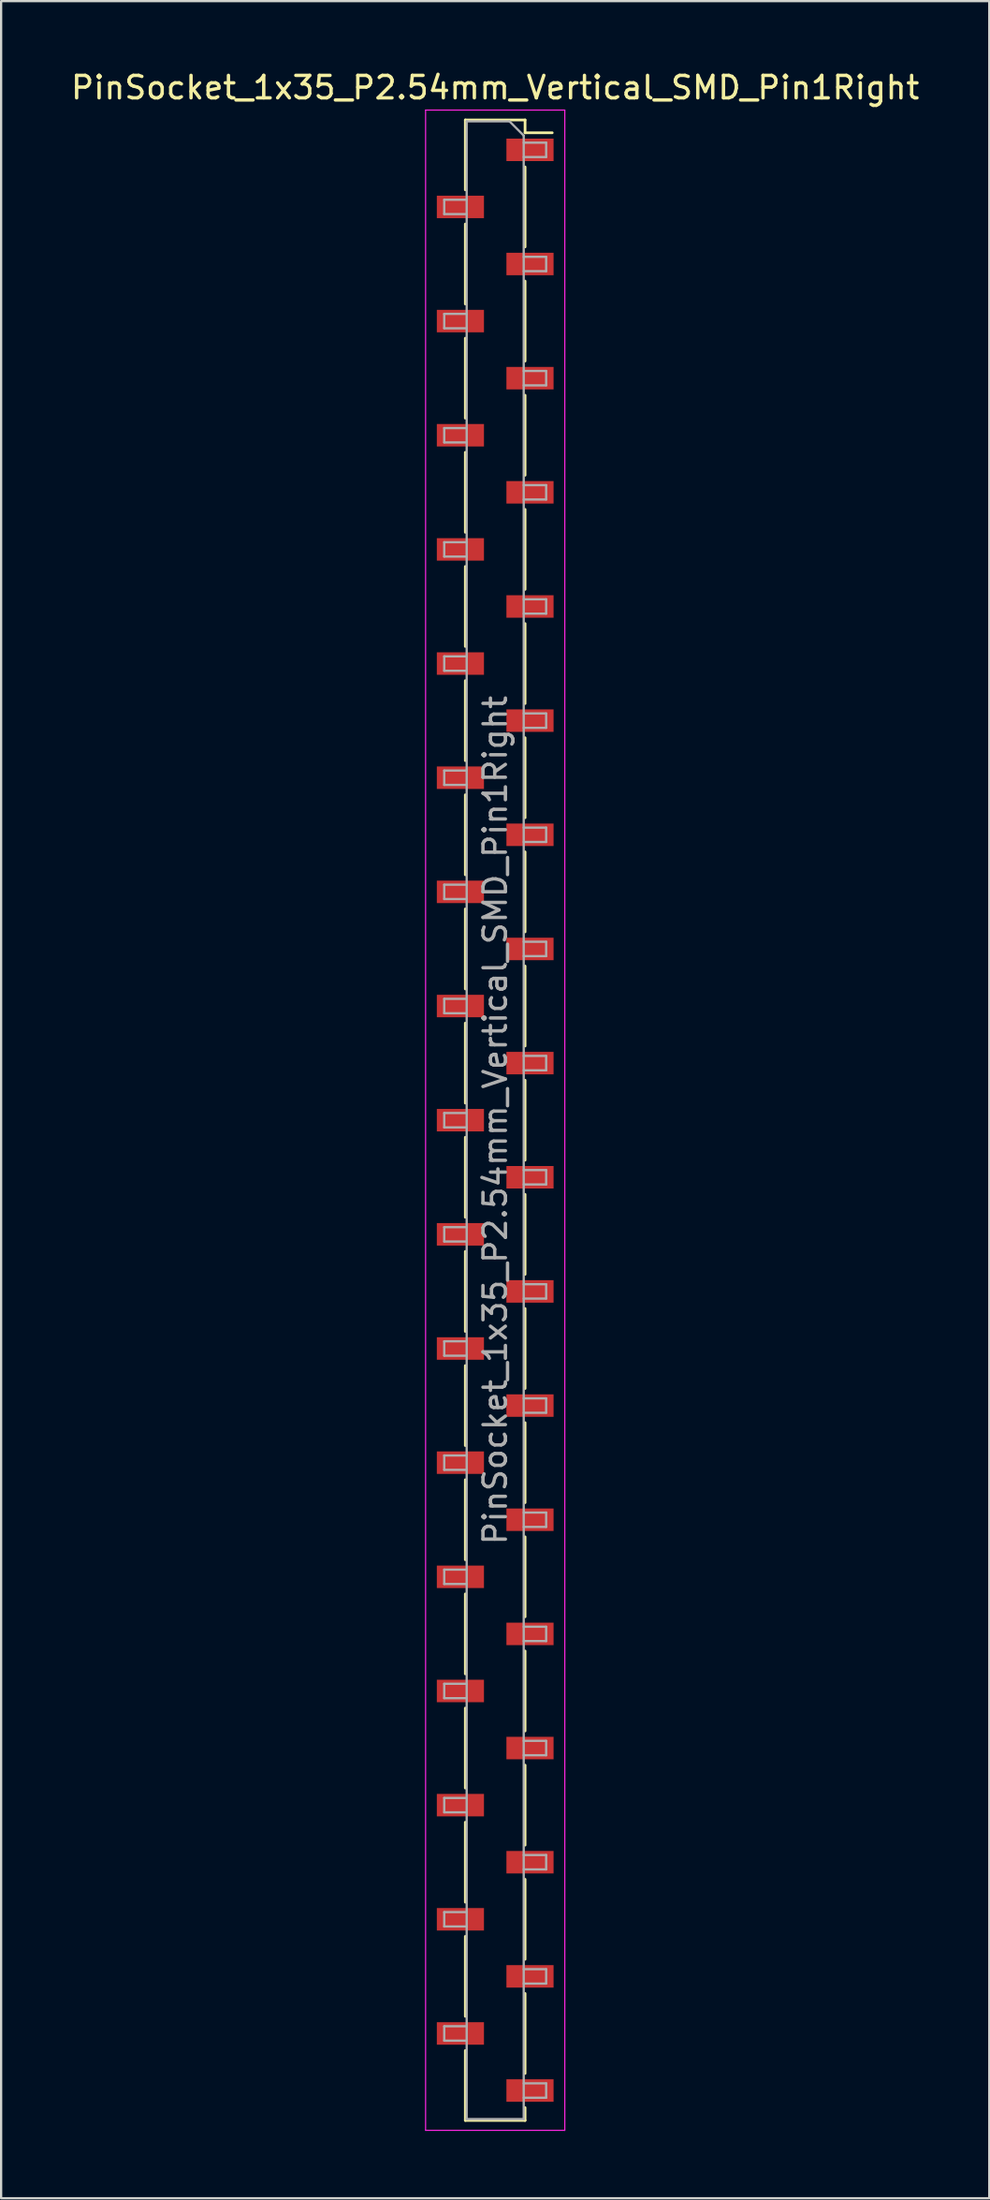
<source format=kicad_pcb>
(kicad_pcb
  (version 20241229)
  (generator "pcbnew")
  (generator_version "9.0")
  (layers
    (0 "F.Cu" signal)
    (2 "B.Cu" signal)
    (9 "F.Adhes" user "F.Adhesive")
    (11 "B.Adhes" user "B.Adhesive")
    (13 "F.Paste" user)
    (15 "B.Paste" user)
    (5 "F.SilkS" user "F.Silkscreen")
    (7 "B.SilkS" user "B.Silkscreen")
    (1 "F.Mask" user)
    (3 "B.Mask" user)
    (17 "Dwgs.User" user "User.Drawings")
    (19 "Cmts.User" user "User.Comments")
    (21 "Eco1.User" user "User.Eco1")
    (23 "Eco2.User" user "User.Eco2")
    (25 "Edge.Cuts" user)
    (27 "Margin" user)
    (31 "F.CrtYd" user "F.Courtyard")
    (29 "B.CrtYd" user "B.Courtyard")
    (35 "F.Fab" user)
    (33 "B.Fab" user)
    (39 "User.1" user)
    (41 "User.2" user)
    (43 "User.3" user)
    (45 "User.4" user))
  (footprint "PinSocket_1x35_P2.54mm_Vertical_SMD_Pin1Right"
    (layer "F.Cu")
    (at 19.006 46.798)
    (property "Reference" "PinSocket_1x35_P2.54mm_Vertical_SMD_Pin1Right" (at 0 -45.95 0) (layer "F.SilkS") (effects (font (size 1 1) (thickness 0.15))))
    (attr smd)
    (fp_line (start -1.33 -44.51) (end -1.33 -41.4) (stroke (width 0.12) (type solid)) (layer "F.SilkS"))
    (fp_line (start -1.33 -44.51) (end 1.33 -44.51) (stroke (width 0.12) (type solid)) (layer "F.SilkS"))
    (fp_line (start -1.33 -39.88) (end -1.33 -36.32) (stroke (width 0.12) (type solid)) (layer "F.SilkS"))
    (fp_line (start -1.33 -34.8) (end -1.33 -31.24) (stroke (width 0.12) (type solid)) (layer "F.SilkS"))
    (fp_line (start -1.33 -29.72) (end -1.33 -26.16) (stroke (width 0.12) (type solid)) (layer "F.SilkS"))
    (fp_line (start -1.33 -24.64) (end -1.33 -21.08) (stroke (width 0.12) (type solid)) (layer "F.SilkS"))
    (fp_line (start -1.33 -19.56) (end -1.33 -16) (stroke (width 0.12) (type solid)) (layer "F.SilkS"))
    (fp_line (start -1.33 -14.48) (end -1.33 -10.92) (stroke (width 0.12) (type solid)) (layer "F.SilkS"))
    (fp_line (start -1.33 -9.4) (end -1.33 -5.84) (stroke (width 0.12) (type solid)) (layer "F.SilkS"))
    (fp_line (start -1.33 -4.32) (end -1.33 -0.76) (stroke (width 0.12) (type solid)) (layer "F.SilkS"))
    (fp_line (start -1.33 0.76) (end -1.33 4.32) (stroke (width 0.12) (type solid)) (layer "F.SilkS"))
    (fp_line (start -1.33 5.84) (end -1.33 9.4) (stroke (width 0.12) (type solid)) (layer "F.SilkS"))
    (fp_line (start -1.33 10.92) (end -1.33 14.48) (stroke (width 0.12) (type solid)) (layer "F.SilkS"))
    (fp_line (start -1.33 16) (end -1.33 19.56) (stroke (width 0.12) (type solid)) (layer "F.SilkS"))
    (fp_line (start -1.33 21.08) (end -1.33 24.64) (stroke (width 0.12) (type solid)) (layer "F.SilkS"))
    (fp_line (start -1.33 26.16) (end -1.33 29.72) (stroke (width 0.12) (type solid)) (layer "F.SilkS"))
    (fp_line (start -1.33 31.24) (end -1.33 34.8) (stroke (width 0.12) (type solid)) (layer "F.SilkS"))
    (fp_line (start -1.33 36.32) (end -1.33 39.88) (stroke (width 0.12) (type solid)) (layer "F.SilkS"))
    (fp_line (start -1.33 41.4) (end -1.33 44.51) (stroke (width 0.12) (type solid)) (layer "F.SilkS"))
    (fp_line (start -1.33 44.51) (end 1.33 44.51) (stroke (width 0.12) (type solid)) (layer "F.SilkS"))
    (fp_line (start 1.33 -44.51) (end 1.33 -43.94) (stroke (width 0.12) (type solid)) (layer "F.SilkS"))
    (fp_line (start 1.33 -43.94) (end 2.54 -43.94) (stroke (width 0.12) (type solid)) (layer "F.SilkS"))
    (fp_line (start 1.33 -42.42) (end 1.33 -38.86) (stroke (width 0.12) (type solid)) (layer "F.SilkS"))
    (fp_line (start 1.33 -37.34) (end 1.33 -33.78) (stroke (width 0.12) (type solid)) (layer "F.SilkS"))
    (fp_line (start 1.33 -32.26) (end 1.33 -28.7) (stroke (width 0.12) (type solid)) (layer "F.SilkS"))
    (fp_line (start 1.33 -27.18) (end 1.33 -23.62) (stroke (width 0.12) (type solid)) (layer "F.SilkS"))
    (fp_line (start 1.33 -22.1) (end 1.33 -18.54) (stroke (width 0.12) (type solid)) (layer "F.SilkS"))
    (fp_line (start 1.33 -17.02) (end 1.33 -13.46) (stroke (width 0.12) (type solid)) (layer "F.SilkS"))
    (fp_line (start 1.33 -11.94) (end 1.33 -8.38) (stroke (width 0.12) (type solid)) (layer "F.SilkS"))
    (fp_line (start 1.33 -6.86) (end 1.33 -3.3) (stroke (width 0.12) (type solid)) (layer "F.SilkS"))
    (fp_line (start 1.33 -1.78) (end 1.33 1.78) (stroke (width 0.12) (type solid)) (layer "F.SilkS"))
    (fp_line (start 1.33 3.3) (end 1.33 6.86) (stroke (width 0.12) (type solid)) (layer "F.SilkS"))
    (fp_line (start 1.33 8.38) (end 1.33 11.94) (stroke (width 0.12) (type solid)) (layer "F.SilkS"))
    (fp_line (start 1.33 13.46) (end 1.33 17.02) (stroke (width 0.12) (type solid)) (layer "F.SilkS"))
    (fp_line (start 1.33 18.54) (end 1.33 22.1) (stroke (width 0.12) (type solid)) (layer "F.SilkS"))
    (fp_line (start 1.33 23.62) (end 1.33 27.18) (stroke (width 0.12) (type solid)) (layer "F.SilkS"))
    (fp_line (start 1.33 28.7) (end 1.33 32.26) (stroke (width 0.12) (type solid)) (layer "F.SilkS"))
    (fp_line (start 1.33 33.78) (end 1.33 37.34) (stroke (width 0.12) (type solid)) (layer "F.SilkS"))
    (fp_line (start 1.33 38.86) (end 1.33 42.42) (stroke (width 0.12) (type solid)) (layer "F.SilkS"))
    (fp_line (start 1.33 43.94) (end 1.33 44.51) (stroke (width 0.12) (type solid)) (layer "F.SilkS"))
    (fp_line (start -3.1 -44.95) (end 3.1 -44.95) (stroke (width 0.05) (type solid)) (layer "F.CrtYd"))
    (fp_line (start -3.1 44.95) (end -3.1 -44.95) (stroke (width 0.05) (type solid)) (layer "F.CrtYd"))
    (fp_line (start 3.1 -44.95) (end 3.1 44.95) (stroke (width 0.05) (type solid)) (layer "F.CrtYd"))
    (fp_line (start 3.1 44.95) (end -3.1 44.95) (stroke (width 0.05) (type solid)) (layer "F.CrtYd"))
    (fp_line (start -2.27 -40.96) (end -1.27 -40.96) (stroke (width 0.1) (type solid)) (layer "F.Fab"))
    (fp_line (start -2.27 -40.32) (end -2.27 -40.96) (stroke (width 0.1) (type solid)) (layer "F.Fab"))
    (fp_line (start -2.27 -35.88) (end -1.27 -35.88) (stroke (width 0.1) (type solid)) (layer "F.Fab"))
    (fp_line (start -2.27 -35.24) (end -2.27 -35.88) (stroke (width 0.1) (type solid)) (layer "F.Fab"))
    (fp_line (start -2.27 -30.8) (end -1.27 -30.8) (stroke (width 0.1) (type solid)) (layer "F.Fab"))
    (fp_line (start -2.27 -30.16) (end -2.27 -30.8) (stroke (width 0.1) (type solid)) (layer "F.Fab"))
    (fp_line (start -2.27 -25.72) (end -1.27 -25.72) (stroke (width 0.1) (type solid)) (layer "F.Fab"))
    (fp_line (start -2.27 -25.08) (end -2.27 -25.72) (stroke (width 0.1) (type solid)) (layer "F.Fab"))
    (fp_line (start -2.27 -20.64) (end -1.27 -20.64) (stroke (width 0.1) (type solid)) (layer "F.Fab"))
    (fp_line (start -2.27 -20) (end -2.27 -20.64) (stroke (width 0.1) (type solid)) (layer "F.Fab"))
    (fp_line (start -2.27 -15.56) (end -1.27 -15.56) (stroke (width 0.1) (type solid)) (layer "F.Fab"))
    (fp_line (start -2.27 -14.92) (end -2.27 -15.56) (stroke (width 0.1) (type solid)) (layer "F.Fab"))
    (fp_line (start -2.27 -10.48) (end -1.27 -10.48) (stroke (width 0.1) (type solid)) (layer "F.Fab"))
    (fp_line (start -2.27 -9.84) (end -2.27 -10.48) (stroke (width 0.1) (type solid)) (layer "F.Fab"))
    (fp_line (start -2.27 -5.4) (end -1.27 -5.4) (stroke (width 0.1) (type solid)) (layer "F.Fab"))
    (fp_line (start -2.27 -4.76) (end -2.27 -5.4) (stroke (width 0.1) (type solid)) (layer "F.Fab"))
    (fp_line (start -2.27 -0.32) (end -1.27 -0.32) (stroke (width 0.1) (type solid)) (layer "F.Fab"))
    (fp_line (start -2.27 0.32) (end -2.27 -0.32) (stroke (width 0.1) (type solid)) (layer "F.Fab"))
    (fp_line (start -2.27 4.76) (end -1.27 4.76) (stroke (width 0.1) (type solid)) (layer "F.Fab"))
    (fp_line (start -2.27 5.4) (end -2.27 4.76) (stroke (width 0.1) (type solid)) (layer "F.Fab"))
    (fp_line (start -2.27 9.84) (end -1.27 9.84) (stroke (width 0.1) (type solid)) (layer "F.Fab"))
    (fp_line (start -2.27 10.48) (end -2.27 9.84) (stroke (width 0.1) (type solid)) (layer "F.Fab"))
    (fp_line (start -2.27 14.92) (end -1.27 14.92) (stroke (width 0.1) (type solid)) (layer "F.Fab"))
    (fp_line (start -2.27 15.56) (end -2.27 14.92) (stroke (width 0.1) (type solid)) (layer "F.Fab"))
    (fp_line (start -2.27 20) (end -1.27 20) (stroke (width 0.1) (type solid)) (layer "F.Fab"))
    (fp_line (start -2.27 20.64) (end -2.27 20) (stroke (width 0.1) (type solid)) (layer "F.Fab"))
    (fp_line (start -2.27 25.08) (end -1.27 25.08) (stroke (width 0.1) (type solid)) (layer "F.Fab"))
    (fp_line (start -2.27 25.72) (end -2.27 25.08) (stroke (width 0.1) (type solid)) (layer "F.Fab"))
    (fp_line (start -2.27 30.16) (end -1.27 30.16) (stroke (width 0.1) (type solid)) (layer "F.Fab"))
    (fp_line (start -2.27 30.8) (end -2.27 30.16) (stroke (width 0.1) (type solid)) (layer "F.Fab"))
    (fp_line (start -2.27 35.24) (end -1.27 35.24) (stroke (width 0.1) (type solid)) (layer "F.Fab"))
    (fp_line (start -2.27 35.88) (end -2.27 35.24) (stroke (width 0.1) (type solid)) (layer "F.Fab"))
    (fp_line (start -2.27 40.32) (end -1.27 40.32) (stroke (width 0.1) (type solid)) (layer "F.Fab"))
    (fp_line (start -2.27 40.96) (end -2.27 40.32) (stroke (width 0.1) (type solid)) (layer "F.Fab"))
    (fp_line (start -1.27 -44.45) (end 0.635 -44.45) (stroke (width 0.1) (type solid)) (layer "F.Fab"))
    (fp_line (start -1.27 -40.32) (end -2.27 -40.32) (stroke (width 0.1) (type solid)) (layer "F.Fab"))
    (fp_line (start -1.27 -35.24) (end -2.27 -35.24) (stroke (width 0.1) (type solid)) (layer "F.Fab"))
    (fp_line (start -1.27 -30.16) (end -2.27 -30.16) (stroke (width 0.1) (type solid)) (layer "F.Fab"))
    (fp_line (start -1.27 -25.08) (end -2.27 -25.08) (stroke (width 0.1) (type solid)) (layer "F.Fab"))
    (fp_line (start -1.27 -20) (end -2.27 -20) (stroke (width 0.1) (type solid)) (layer "F.Fab"))
    (fp_line (start -1.27 -14.92) (end -2.27 -14.92) (stroke (width 0.1) (type solid)) (layer "F.Fab"))
    (fp_line (start -1.27 -9.84) (end -2.27 -9.84) (stroke (width 0.1) (type solid)) (layer "F.Fab"))
    (fp_line (start -1.27 -4.76) (end -2.27 -4.76) (stroke (width 0.1) (type solid)) (layer "F.Fab"))
    (fp_line (start -1.27 0.32) (end -2.27 0.32) (stroke (width 0.1) (type solid)) (layer "F.Fab"))
    (fp_line (start -1.27 5.4) (end -2.27 5.4) (stroke (width 0.1) (type solid)) (layer "F.Fab"))
    (fp_line (start -1.27 10.48) (end -2.27 10.48) (stroke (width 0.1) (type solid)) (layer "F.Fab"))
    (fp_line (start -1.27 15.56) (end -2.27 15.56) (stroke (width 0.1) (type solid)) (layer "F.Fab"))
    (fp_line (start -1.27 20.64) (end -2.27 20.64) (stroke (width 0.1) (type solid)) (layer "F.Fab"))
    (fp_line (start -1.27 25.72) (end -2.27 25.72) (stroke (width 0.1) (type solid)) (layer "F.Fab"))
    (fp_line (start -1.27 30.8) (end -2.27 30.8) (stroke (width 0.1) (type solid)) (layer "F.Fab"))
    (fp_line (start -1.27 35.88) (end -2.27 35.88) (stroke (width 0.1) (type solid)) (layer "F.Fab"))
    (fp_line (start -1.27 40.96) (end -2.27 40.96) (stroke (width 0.1) (type solid)) (layer "F.Fab"))
    (fp_line (start -1.27 44.45) (end -1.27 -44.45) (stroke (width 0.1) (type solid)) (layer "F.Fab"))
    (fp_line (start 0.635 -44.45) (end 1.27 -43.815) (stroke (width 0.1) (type solid)) (layer "F.Fab"))
    (fp_line (start 1.27 -43.815) (end 1.27 44.45) (stroke (width 0.1) (type solid)) (layer "F.Fab"))
    (fp_line (start 1.27 -43.5) (end 2.27 -43.5) (stroke (width 0.1) (type solid)) (layer "F.Fab"))
    (fp_line (start 1.27 -38.42) (end 2.27 -38.42) (stroke (width 0.1) (type solid)) (layer "F.Fab"))
    (fp_line (start 1.27 -33.34) (end 2.27 -33.34) (stroke (width 0.1) (type solid)) (layer "F.Fab"))
    (fp_line (start 1.27 -28.26) (end 2.27 -28.26) (stroke (width 0.1) (type solid)) (layer "F.Fab"))
    (fp_line (start 1.27 -23.18) (end 2.27 -23.18) (stroke (width 0.1) (type solid)) (layer "F.Fab"))
    (fp_line (start 1.27 -18.1) (end 2.27 -18.1) (stroke (width 0.1) (type solid)) (layer "F.Fab"))
    (fp_line (start 1.27 -13.02) (end 2.27 -13.02) (stroke (width 0.1) (type solid)) (layer "F.Fab"))
    (fp_line (start 1.27 -7.94) (end 2.27 -7.94) (stroke (width 0.1) (type solid)) (layer "F.Fab"))
    (fp_line (start 1.27 -2.86) (end 2.27 -2.86) (stroke (width 0.1) (type solid)) (layer "F.Fab"))
    (fp_line (start 1.27 2.22) (end 2.27 2.22) (stroke (width 0.1) (type solid)) (layer "F.Fab"))
    (fp_line (start 1.27 7.3) (end 2.27 7.3) (stroke (width 0.1) (type solid)) (layer "F.Fab"))
    (fp_line (start 1.27 12.38) (end 2.27 12.38) (stroke (width 0.1) (type solid)) (layer "F.Fab"))
    (fp_line (start 1.27 17.46) (end 2.27 17.46) (stroke (width 0.1) (type solid)) (layer "F.Fab"))
    (fp_line (start 1.27 22.54) (end 2.27 22.54) (stroke (width 0.1) (type solid)) (layer "F.Fab"))
    (fp_line (start 1.27 27.62) (end 2.27 27.62) (stroke (width 0.1) (type solid)) (layer "F.Fab"))
    (fp_line (start 1.27 32.7) (end 2.27 32.7) (stroke (width 0.1) (type solid)) (layer "F.Fab"))
    (fp_line (start 1.27 37.78) (end 2.27 37.78) (stroke (width 0.1) (type solid)) (layer "F.Fab"))
    (fp_line (start 1.27 42.86) (end 2.27 42.86) (stroke (width 0.1) (type solid)) (layer "F.Fab"))
    (fp_line (start 1.27 44.45) (end -1.27 44.45) (stroke (width 0.1) (type solid)) (layer "F.Fab"))
    (fp_line (start 2.27 -43.5) (end 2.27 -42.86) (stroke (width 0.1) (type solid)) (layer "F.Fab"))
    (fp_line (start 2.27 -42.86) (end 1.27 -42.86) (stroke (width 0.1) (type solid)) (layer "F.Fab"))
    (fp_line (start 2.27 -38.42) (end 2.27 -37.78) (stroke (width 0.1) (type solid)) (layer "F.Fab"))
    (fp_line (start 2.27 -37.78) (end 1.27 -37.78) (stroke (width 0.1) (type solid)) (layer "F.Fab"))
    (fp_line (start 2.27 -33.34) (end 2.27 -32.7) (stroke (width 0.1) (type solid)) (layer "F.Fab"))
    (fp_line (start 2.27 -32.7) (end 1.27 -32.7) (stroke (width 0.1) (type solid)) (layer "F.Fab"))
    (fp_line (start 2.27 -28.26) (end 2.27 -27.62) (stroke (width 0.1) (type solid)) (layer "F.Fab"))
    (fp_line (start 2.27 -27.62) (end 1.27 -27.62) (stroke (width 0.1) (type solid)) (layer "F.Fab"))
    (fp_line (start 2.27 -23.18) (end 2.27 -22.54) (stroke (width 0.1) (type solid)) (layer "F.Fab"))
    (fp_line (start 2.27 -22.54) (end 1.27 -22.54) (stroke (width 0.1) (type solid)) (layer "F.Fab"))
    (fp_line (start 2.27 -18.1) (end 2.27 -17.46) (stroke (width 0.1) (type solid)) (layer "F.Fab"))
    (fp_line (start 2.27 -17.46) (end 1.27 -17.46) (stroke (width 0.1) (type solid)) (layer "F.Fab"))
    (fp_line (start 2.27 -13.02) (end 2.27 -12.38) (stroke (width 0.1) (type solid)) (layer "F.Fab"))
    (fp_line (start 2.27 -12.38) (end 1.27 -12.38) (stroke (width 0.1) (type solid)) (layer "F.Fab"))
    (fp_line (start 2.27 -7.94) (end 2.27 -7.3) (stroke (width 0.1) (type solid)) (layer "F.Fab"))
    (fp_line (start 2.27 -7.3) (end 1.27 -7.3) (stroke (width 0.1) (type solid)) (layer "F.Fab"))
    (fp_line (start 2.27 -2.86) (end 2.27 -2.22) (stroke (width 0.1) (type solid)) (layer "F.Fab"))
    (fp_line (start 2.27 -2.22) (end 1.27 -2.22) (stroke (width 0.1) (type solid)) (layer "F.Fab"))
    (fp_line (start 2.27 2.22) (end 2.27 2.86) (stroke (width 0.1) (type solid)) (layer "F.Fab"))
    (fp_line (start 2.27 2.86) (end 1.27 2.86) (stroke (width 0.1) (type solid)) (layer "F.Fab"))
    (fp_line (start 2.27 7.3) (end 2.27 7.94) (stroke (width 0.1) (type solid)) (layer "F.Fab"))
    (fp_line (start 2.27 7.94) (end 1.27 7.94) (stroke (width 0.1) (type solid)) (layer "F.Fab"))
    (fp_line (start 2.27 12.38) (end 2.27 13.02) (stroke (width 0.1) (type solid)) (layer "F.Fab"))
    (fp_line (start 2.27 13.02) (end 1.27 13.02) (stroke (width 0.1) (type solid)) (layer "F.Fab"))
    (fp_line (start 2.27 17.46) (end 2.27 18.1) (stroke (width 0.1) (type solid)) (layer "F.Fab"))
    (fp_line (start 2.27 18.1) (end 1.27 18.1) (stroke (width 0.1) (type solid)) (layer "F.Fab"))
    (fp_line (start 2.27 22.54) (end 2.27 23.18) (stroke (width 0.1) (type solid)) (layer "F.Fab"))
    (fp_line (start 2.27 23.18) (end 1.27 23.18) (stroke (width 0.1) (type solid)) (layer "F.Fab"))
    (fp_line (start 2.27 27.62) (end 2.27 28.26) (stroke (width 0.1) (type solid)) (layer "F.Fab"))
    (fp_line (start 2.27 28.26) (end 1.27 28.26) (stroke (width 0.1) (type solid)) (layer "F.Fab"))
    (fp_line (start 2.27 32.7) (end 2.27 33.34) (stroke (width 0.1) (type solid)) (layer "F.Fab"))
    (fp_line (start 2.27 33.34) (end 1.27 33.34) (stroke (width 0.1) (type solid)) (layer "F.Fab"))
    (fp_line (start 2.27 37.78) (end 2.27 38.42) (stroke (width 0.1) (type solid)) (layer "F.Fab"))
    (fp_line (start 2.27 38.42) (end 1.27 38.42) (stroke (width 0.1) (type solid)) (layer "F.Fab"))
    (fp_line (start 2.27 42.86) (end 2.27 43.5) (stroke (width 0.1) (type solid)) (layer "F.Fab"))
    (fp_line (start 2.27 43.5) (end 1.27 43.5) (stroke (width 0.1) (type solid)) (layer "F.Fab"))
    (fp_text user "${REFERENCE}" (at 0 0 90) (layer "F.Fab") (effects (font (size 1 1) (thickness 0.15))))
    (pad "1" smd rect (at 1.55 -43.18) (size 2.1 1) (layers "F.Cu" "F.Mask" "F.Paste"))
    (pad "2" smd rect (at -1.55 -40.64) (size 2.1 1) (layers "F.Cu" "F.Mask" "F.Paste"))
    (pad "3" smd rect (at 1.55 -38.1) (size 2.1 1) (layers "F.Cu" "F.Mask" "F.Paste"))
    (pad "4" smd rect (at -1.55 -35.56) (size 2.1 1) (layers "F.Cu" "F.Mask" "F.Paste"))
    (pad "5" smd rect (at 1.55 -33.02) (size 2.1 1) (layers "F.Cu" "F.Mask" "F.Paste"))
    (pad "6" smd rect (at -1.55 -30.48) (size 2.1 1) (layers "F.Cu" "F.Mask" "F.Paste"))
    (pad "7" smd rect (at 1.55 -27.94) (size 2.1 1) (layers "F.Cu" "F.Mask" "F.Paste"))
    (pad "8" smd rect (at -1.55 -25.4) (size 2.1 1) (layers "F.Cu" "F.Mask" "F.Paste"))
    (pad "9" smd rect (at 1.55 -22.86) (size 2.1 1) (layers "F.Cu" "F.Mask" "F.Paste"))
    (pad "10" smd rect (at -1.55 -20.32) (size 2.1 1) (layers "F.Cu" "F.Mask" "F.Paste"))
    (pad "11" smd rect (at 1.55 -17.78) (size 2.1 1) (layers "F.Cu" "F.Mask" "F.Paste"))
    (pad "12" smd rect (at -1.55 -15.24) (size 2.1 1) (layers "F.Cu" "F.Mask" "F.Paste"))
    (pad "13" smd rect (at 1.55 -12.7) (size 2.1 1) (layers "F.Cu" "F.Mask" "F.Paste"))
    (pad "14" smd rect (at -1.55 -10.16) (size 2.1 1) (layers "F.Cu" "F.Mask" "F.Paste"))
    (pad "15" smd rect (at 1.55 -7.62) (size 2.1 1) (layers "F.Cu" "F.Mask" "F.Paste"))
    (pad "16" smd rect (at -1.55 -5.08) (size 2.1 1) (layers "F.Cu" "F.Mask" "F.Paste"))
    (pad "17" smd rect (at 1.55 -2.54) (size 2.1 1) (layers "F.Cu" "F.Mask" "F.Paste"))
    (pad "18" smd rect (at -1.55 0) (size 2.1 1) (layers "F.Cu" "F.Mask" "F.Paste"))
    (pad "19" smd rect (at 1.55 2.54) (size 2.1 1) (layers "F.Cu" "F.Mask" "F.Paste"))
    (pad "20" smd rect (at -1.55 5.08) (size 2.1 1) (layers "F.Cu" "F.Mask" "F.Paste"))
    (pad "21" smd rect (at 1.55 7.62) (size 2.1 1) (layers "F.Cu" "F.Mask" "F.Paste"))
    (pad "22" smd rect (at -1.55 10.16) (size 2.1 1) (layers "F.Cu" "F.Mask" "F.Paste"))
    (pad "23" smd rect (at 1.55 12.7) (size 2.1 1) (layers "F.Cu" "F.Mask" "F.Paste"))
    (pad "24" smd rect (at -1.55 15.24) (size 2.1 1) (layers "F.Cu" "F.Mask" "F.Paste"))
    (pad "25" smd rect (at 1.55 17.78) (size 2.1 1) (layers "F.Cu" "F.Mask" "F.Paste"))
    (pad "26" smd rect (at -1.55 20.32) (size 2.1 1) (layers "F.Cu" "F.Mask" "F.Paste"))
    (pad "27" smd rect (at 1.55 22.86) (size 2.1 1) (layers "F.Cu" "F.Mask" "F.Paste"))
    (pad "28" smd rect (at -1.55 25.4) (size 2.1 1) (layers "F.Cu" "F.Mask" "F.Paste"))
    (pad "29" smd rect (at 1.55 27.94) (size 2.1 1) (layers "F.Cu" "F.Mask" "F.Paste"))
    (pad "30" smd rect (at -1.55 30.48) (size 2.1 1) (layers "F.Cu" "F.Mask" "F.Paste"))
    (pad "31" smd rect (at 1.55 33.02) (size 2.1 1) (layers "F.Cu" "F.Mask" "F.Paste"))
    (pad "32" smd rect (at -1.55 35.56) (size 2.1 1) (layers "F.Cu" "F.Mask" "F.Paste"))
    (pad "33" smd rect (at 1.55 38.1) (size 2.1 1) (layers "F.Cu" "F.Mask" "F.Paste"))
    (pad "34" smd rect (at -1.55 40.64) (size 2.1 1) (layers "F.Cu" "F.Mask" "F.Paste"))
    (pad "35" smd rect (at 1.55 43.18) (size 2.1 1) (layers "F.Cu" "F.Mask" "F.Paste")))
  (gr_rect
    (start -3 -3)
    (end 41.012 94.773)
    (stroke (width 0.1) (type default))
    (fill no)
    (layer "Edge.Cuts")))
</source>
